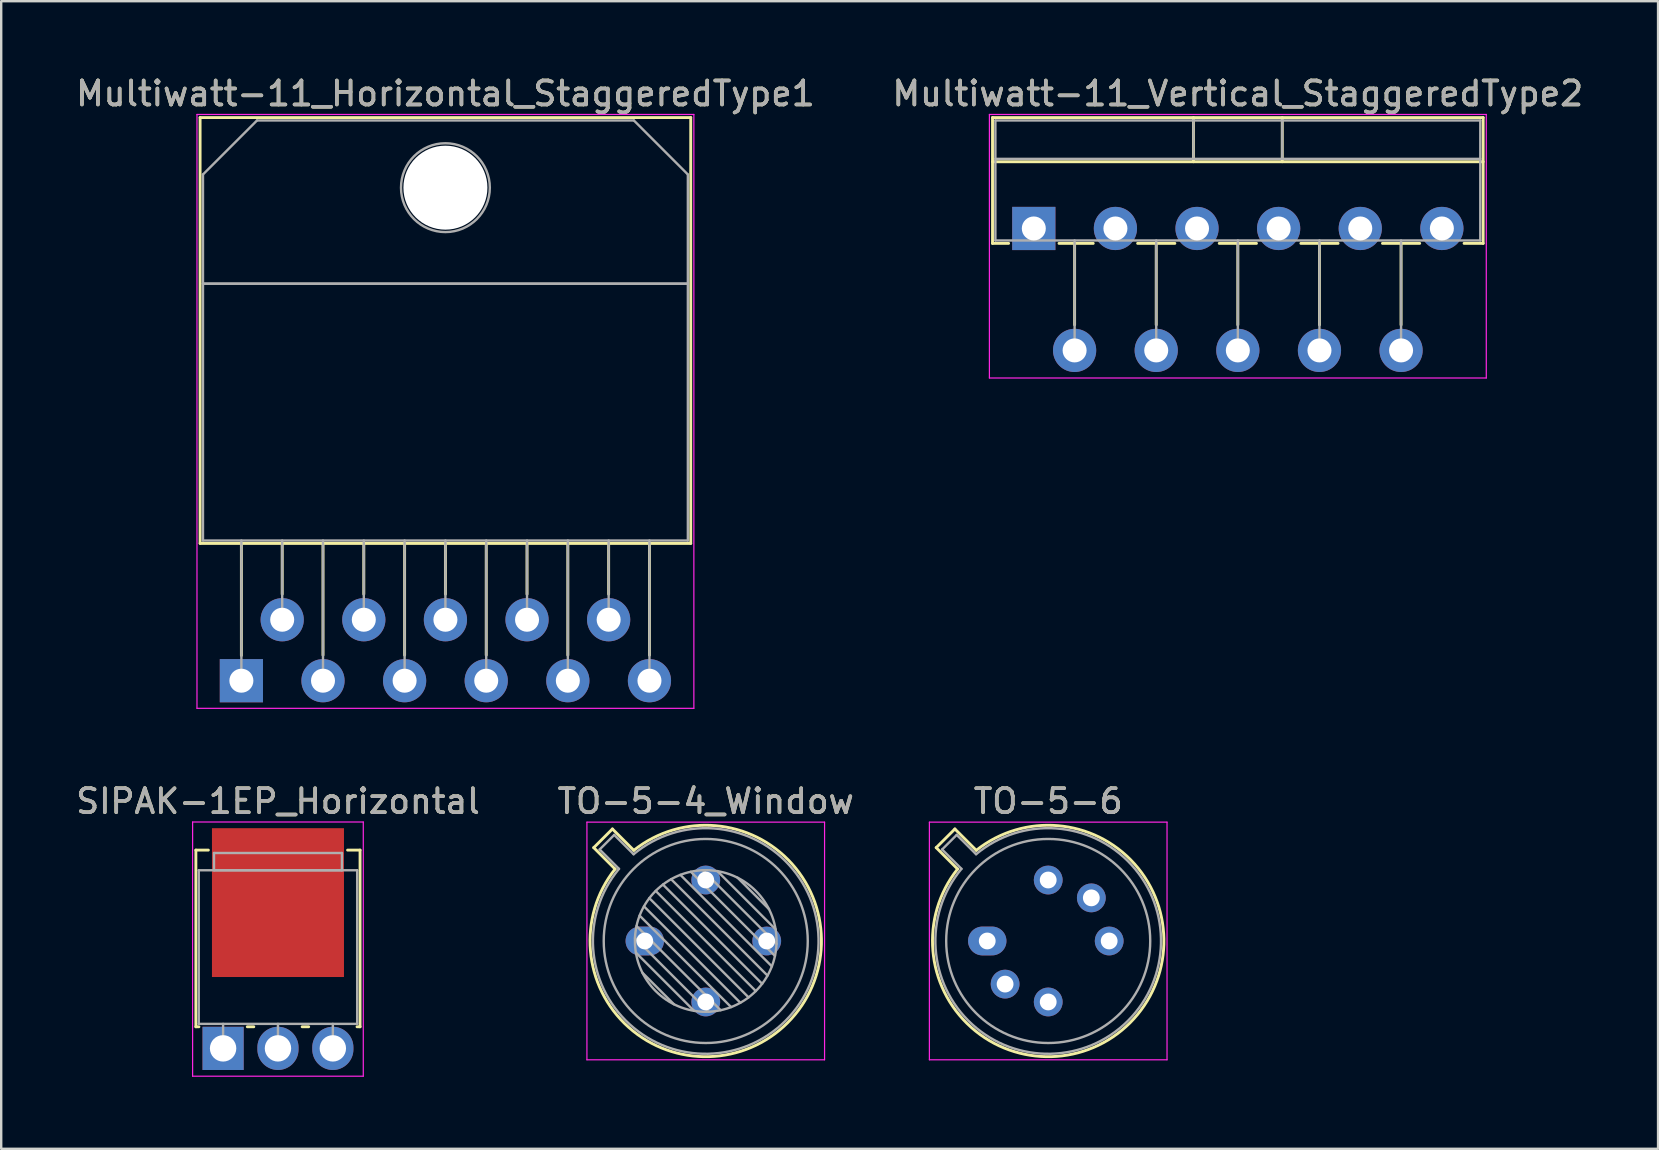
<source format=kicad_pcb>
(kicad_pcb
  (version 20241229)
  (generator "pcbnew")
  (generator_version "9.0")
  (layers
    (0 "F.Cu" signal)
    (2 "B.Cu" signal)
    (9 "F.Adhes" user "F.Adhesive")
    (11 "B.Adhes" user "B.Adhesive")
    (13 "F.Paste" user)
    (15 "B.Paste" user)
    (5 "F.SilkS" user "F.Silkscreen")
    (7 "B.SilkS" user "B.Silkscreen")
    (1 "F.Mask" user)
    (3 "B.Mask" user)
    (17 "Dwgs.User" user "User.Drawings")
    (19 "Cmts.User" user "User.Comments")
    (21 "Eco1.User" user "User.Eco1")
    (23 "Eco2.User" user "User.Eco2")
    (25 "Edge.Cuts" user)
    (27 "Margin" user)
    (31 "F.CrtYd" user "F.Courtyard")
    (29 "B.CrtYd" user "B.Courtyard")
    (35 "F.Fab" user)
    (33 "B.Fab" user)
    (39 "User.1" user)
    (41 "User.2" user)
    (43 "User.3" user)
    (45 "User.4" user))
  (footprint "TO-5-6"
    (layer "F.Cu")
    (at 38.078 36.151)
    (property "Reference" "TO-5-6" (at 2.54 -5.82 0) (layer "F.SilkS") (effects (font (size 1 1) (thickness 0.15))))
    (attr through_hole)
    (fp_line (start -2.126 -3.888) (end -1.235 -2.997) (stroke (width 0.12) (type solid)) (layer "F.SilkS"))
    (fp_line (start -1.348 -4.666) (end -2.126 -3.888) (stroke (width 0.12) (type solid)) (layer "F.SilkS"))
    (fp_line (start -0.457 -3.775) (end -1.348 -4.666) (stroke (width 0.12) (type solid)) (layer "F.SilkS"))
    (fp_arc (start -0.457084 -3.774902) (mid 5.948125 3.408384) (end -1.234674 -2.997371) (stroke (width 0.12) (type solid)) (layer "F.SilkS"))
    (fp_line (start -2.41 -4.95) (end -2.41 4.95) (stroke (width 0.05) (type solid)) (layer "F.CrtYd"))
    (fp_line (start -2.41 4.95) (end 7.49 4.95) (stroke (width 0.05) (type solid)) (layer "F.CrtYd"))
    (fp_line (start 7.49 -4.95) (end -2.41 -4.95) (stroke (width 0.05) (type solid)) (layer "F.CrtYd"))
    (fp_line (start 7.49 4.95) (end 7.49 -4.95) (stroke (width 0.05) (type solid)) (layer "F.CrtYd"))
    (fp_line (start -1.88 -3.812) (end -1.074 -3.005) (stroke (width 0.1) (type solid)) (layer "F.Fab"))
    (fp_line (start -1.272 -4.42) (end -1.88 -3.812) (stroke (width 0.1) (type solid)) (layer "F.Fab"))
    (fp_line (start -0.465 -3.614) (end -1.272 -4.42) (stroke (width 0.1) (type solid)) (layer "F.Fab"))
    (fp_arc (start -0.465408 -3.61352) (mid 5.863443 3.323361) (end -1.073594 -3.005319) (stroke (width 0.1) (type solid)) (layer "F.Fab"))
    (fp_circle (center 2.54 0) (end 6.79 0) (stroke (width 0.1) (type solid)) (fill no) (layer "F.Fab"))
    (fp_text user "${REFERENCE}" (at 2.54 -5.82 0) (layer "F.Fab") (effects (font (size 1 1) (thickness 0.15))))
    (pad "1" thru_hole oval (at 0 0) (size 1.6 1.2) (drill 0.7) (layers "*.Cu" "*.Mask"))
    (pad "2" thru_hole oval (at 0.744 1.796) (size 1.2 1.2) (drill 0.7) (layers "*.Cu" "*.Mask"))
    (pad "3" thru_hole oval (at 2.54 2.54) (size 1.2 1.2) (drill 0.7) (layers "*.Cu" "*.Mask"))
    (pad "4" thru_hole oval (at 5.08 0) (size 1.2 1.2) (drill 0.7) (layers "*.Cu" "*.Mask"))
    (pad "5" thru_hole oval (at 4.336 -1.796) (size 1.2 1.2) (drill 0.7) (layers "*.Cu" "*.Mask"))
    (pad "6" thru_hole oval (at 2.54 -2.54) (size 1.2 1.2) (drill 0.7) (layers "*.Cu" "*.Mask")))
  (footprint "Multiwatt-11_Horizontal_StaggeredType1"
    (layer "F.Cu")
    (at 7.006 25.308)
    (property "Reference" "Multiwatt-11_Horizontal_StaggeredType1" (at 8.5 -24.46 0) (layer "F.SilkS") (effects (font (size 1 1) (thickness 0.15))))
    (attr through_hole)
    (fp_line (start -1.72 -23.46) (end -1.72 -5.72) (stroke (width 0.12) (type solid)) (layer "F.SilkS"))
    (fp_line (start -1.72 -23.46) (end 18.72 -23.46) (stroke (width 0.12) (type solid)) (layer "F.SilkS"))
    (fp_line (start -1.72 -5.72) (end 18.72 -5.72) (stroke (width 0.12) (type solid)) (layer "F.SilkS"))
    (fp_line (start 0 -5.72) (end 0 -1.05) (stroke (width 0.12) (type solid)) (layer "F.SilkS"))
    (fp_line (start 1.7 -5.72) (end 1.7 -3.606) (stroke (width 0.12) (type solid)) (layer "F.SilkS"))
    (fp_line (start 3.4 -5.72) (end 3.4 -1.065) (stroke (width 0.12) (type solid)) (layer "F.SilkS"))
    (fp_line (start 5.1 -5.72) (end 5.1 -3.606) (stroke (width 0.12) (type solid)) (layer "F.SilkS"))
    (fp_line (start 6.8 -5.72) (end 6.8 -1.065) (stroke (width 0.12) (type solid)) (layer "F.SilkS"))
    (fp_line (start 8.5 -5.72) (end 8.5 -3.606) (stroke (width 0.12) (type solid)) (layer "F.SilkS"))
    (fp_line (start 10.2 -5.72) (end 10.2 -1.065) (stroke (width 0.12) (type solid)) (layer "F.SilkS"))
    (fp_line (start 11.9 -5.72) (end 11.9 -3.606) (stroke (width 0.12) (type solid)) (layer "F.SilkS"))
    (fp_line (start 13.6 -5.72) (end 13.6 -1.065) (stroke (width 0.12) (type solid)) (layer "F.SilkS"))
    (fp_line (start 15.3 -5.72) (end 15.3 -3.606) (stroke (width 0.12) (type solid)) (layer "F.SilkS"))
    (fp_line (start 17 -5.72) (end 17 -1.065) (stroke (width 0.12) (type solid)) (layer "F.SilkS"))
    (fp_line (start 18.72 -23.46) (end 18.72 -5.72) (stroke (width 0.12) (type solid)) (layer "F.SilkS"))
    (fp_line (start -1.85 -23.59) (end -1.85 1.15) (stroke (width 0.05) (type solid)) (layer "F.CrtYd"))
    (fp_line (start -1.85 1.15) (end 18.85 1.15) (stroke (width 0.05) (type solid)) (layer "F.CrtYd"))
    (fp_line (start 18.85 -23.59) (end -1.85 -23.59) (stroke (width 0.05) (type solid)) (layer "F.CrtYd"))
    (fp_line (start 18.85 1.15) (end 18.85 -23.59) (stroke (width 0.05) (type solid)) (layer "F.CrtYd"))
    (fp_line (start -1.6 -21.09) (end 0.651 -23.34) (stroke (width 0.1) (type solid)) (layer "F.Fab"))
    (fp_line (start -1.6 -16.54) (end -1.6 -21.09) (stroke (width 0.1) (type solid)) (layer "F.Fab"))
    (fp_line (start -1.6 -16.54) (end 18.6 -16.54) (stroke (width 0.1) (type solid)) (layer "F.Fab"))
    (fp_line (start -1.6 -5.84) (end -1.6 -16.54) (stroke (width 0.1) (type solid)) (layer "F.Fab"))
    (fp_line (start 0 -5.84) (end 0 0) (stroke (width 0.1) (type solid)) (layer "F.Fab"))
    (fp_line (start 0.651 -23.34) (end 16.351 -23.34) (stroke (width 0.1) (type solid)) (layer "F.Fab"))
    (fp_line (start 1.7 -5.84) (end 1.7 -2.54) (stroke (width 0.1) (type solid)) (layer "F.Fab"))
    (fp_line (start 3.4 -5.84) (end 3.4 0) (stroke (width 0.1) (type solid)) (layer "F.Fab"))
    (fp_line (start 5.1 -5.84) (end 5.1 -2.54) (stroke (width 0.1) (type solid)) (layer "F.Fab"))
    (fp_line (start 6.8 -5.84) (end 6.8 0) (stroke (width 0.1) (type solid)) (layer "F.Fab"))
    (fp_line (start 8.5 -5.84) (end 8.5 -2.54) (stroke (width 0.1) (type solid)) (layer "F.Fab"))
    (fp_line (start 10.2 -5.84) (end 10.2 0) (stroke (width 0.1) (type solid)) (layer "F.Fab"))
    (fp_line (start 11.9 -5.84) (end 11.9 -2.54) (stroke (width 0.1) (type solid)) (layer "F.Fab"))
    (fp_line (start 13.6 -5.84) (end 13.6 0) (stroke (width 0.1) (type solid)) (layer "F.Fab"))
    (fp_line (start 15.3 -5.84) (end 15.3 -2.54) (stroke (width 0.1) (type solid)) (layer "F.Fab"))
    (fp_line (start 16.351 -23.34) (end 18.6 -21.09) (stroke (width 0.1) (type solid)) (layer "F.Fab"))
    (fp_line (start 17 -5.84) (end 17 0) (stroke (width 0.1) (type solid)) (layer "F.Fab"))
    (fp_line (start 18.6 -21.09) (end 18.6 -16.54) (stroke (width 0.1) (type solid)) (layer "F.Fab"))
    (fp_line (start 18.6 -16.54) (end -1.6 -16.54) (stroke (width 0.1) (type solid)) (layer "F.Fab"))
    (fp_line (start 18.6 -16.54) (end 18.6 -5.84) (stroke (width 0.1) (type solid)) (layer "F.Fab"))
    (fp_line (start 18.6 -5.84) (end -1.6 -5.84) (stroke (width 0.1) (type solid)) (layer "F.Fab"))
    (fp_circle (center 8.5 -20.54) (end 10.35 -20.54) (stroke (width 0.1) (type solid)) (fill no) (layer "F.Fab"))
    (fp_text user "${REFERENCE}" (at 8.5 -24.46 0) (layer "F.Fab") (effects (font (size 1 1) (thickness 0.15))))
    (pad "" np_thru_hole oval (at 8.5 -20.54) (size 3.5 3.5) (drill 3.5) (layers "*.Cu" "*.Mask"))
    (pad "1" thru_hole rect (at 0 0) (size 1.8 1.8) (drill 1) (layers "*.Cu" "*.Mask"))
    (pad "2" thru_hole oval (at 1.7 -2.54) (size 1.8 1.8) (drill 1) (layers "*.Cu" "*.Mask"))
    (pad "3" thru_hole oval (at 3.4 0) (size 1.8 1.8) (drill 1) (layers "*.Cu" "*.Mask"))
    (pad "4" thru_hole oval (at 5.1 -2.54) (size 1.8 1.8) (drill 1) (layers "*.Cu" "*.Mask"))
    (pad "5" thru_hole oval (at 6.8 0) (size 1.8 1.8) (drill 1) (layers "*.Cu" "*.Mask"))
    (pad "6" thru_hole oval (at 8.5 -2.54) (size 1.8 1.8) (drill 1) (layers "*.Cu" "*.Mask"))
    (pad "7" thru_hole oval (at 10.2 0) (size 1.8 1.8) (drill 1) (layers "*.Cu" "*.Mask"))
    (pad "8" thru_hole oval (at 11.9 -2.54) (size 1.8 1.8) (drill 1) (layers "*.Cu" "*.Mask"))
    (pad "9" thru_hole oval (at 13.6 0) (size 1.8 1.8) (drill 1) (layers "*.Cu" "*.Mask"))
    (pad "10" thru_hole oval (at 15.3 -2.54) (size 1.8 1.8) (drill 1) (layers "*.Cu" "*.Mask"))
    (pad "11" thru_hole oval (at 17 0) (size 1.8 1.8) (drill 1) (layers "*.Cu" "*.Mask")))
  (footprint "TO-5-4_Window"
    (layer "F.Cu")
    (at 23.811 36.151)
    (property "Reference" "TO-5-4_Window" (at 2.54 -5.82 0) (layer "F.SilkS") (effects (font (size 1 1) (thickness 0.15))))
    (attr through_hole)
    (fp_line (start -2.126 -3.888) (end -1.235 -2.997) (stroke (width 0.12) (type solid)) (layer "F.SilkS"))
    (fp_line (start -1.348 -4.666) (end -2.126 -3.888) (stroke (width 0.12) (type solid)) (layer "F.SilkS"))
    (fp_line (start -0.457 -3.775) (end -1.348 -4.666) (stroke (width 0.12) (type solid)) (layer "F.SilkS"))
    (fp_arc (start -0.457084 -3.774902) (mid 5.948125 3.408384) (end -1.234674 -2.997371) (stroke (width 0.12) (type solid)) (layer "F.SilkS"))
    (fp_line (start -2.41 -4.95) (end -2.41 4.95) (stroke (width 0.05) (type solid)) (layer "F.CrtYd"))
    (fp_line (start -2.41 4.95) (end 7.49 4.95) (stroke (width 0.05) (type solid)) (layer "F.CrtYd"))
    (fp_line (start 7.49 -4.95) (end -2.41 -4.95) (stroke (width 0.05) (type solid)) (layer "F.CrtYd"))
    (fp_line (start 7.49 4.95) (end 7.49 -4.95) (stroke (width 0.05) (type solid)) (layer "F.CrtYd"))
    (fp_line (start -1.88 -3.812) (end -1.074 -3.005) (stroke (width 0.1) (type solid)) (layer "F.Fab"))
    (fp_line (start -1.272 -4.42) (end -1.88 -3.812) (stroke (width 0.1) (type solid)) (layer "F.Fab"))
    (fp_line (start -0.465 -3.614) (end -1.272 -4.42) (stroke (width 0.1) (type solid)) (layer "F.Fab"))
    (fp_line (start -0.408 -0.12) (end 2.66 2.948) (stroke (width 0.1) (type solid)) (layer "F.Fab"))
    (fp_line (start -0.371 0.485) (end 2.055 2.911) (stroke (width 0.1) (type solid)) (layer "F.Fab"))
    (fp_line (start -0.344 -0.622) (end 3.162 2.884) (stroke (width 0.1) (type solid)) (layer "F.Fab"))
    (fp_line (start -0.215 -1.058) (end 3.598 2.755) (stroke (width 0.1) (type solid)) (layer "F.Fab"))
    (fp_line (start -0.097 1.324) (end 1.216 2.637) (stroke (width 0.1) (type solid)) (layer "F.Fab"))
    (fp_line (start -0.034 -1.443) (end 3.983 2.574) (stroke (width 0.1) (type solid)) (layer "F.Fab"))
    (fp_line (start 0.19 -1.784) (end 4.324 2.35) (stroke (width 0.1) (type solid)) (layer "F.Fab"))
    (fp_line (start 0.454 -2.086) (end 4.626 2.086) (stroke (width 0.1) (type solid)) (layer "F.Fab"))
    (fp_line (start 0.756 -2.35) (end 4.89 1.784) (stroke (width 0.1) (type solid)) (layer "F.Fab"))
    (fp_line (start 1.097 -2.574) (end 5.114 1.443) (stroke (width 0.1) (type solid)) (layer "F.Fab"))
    (fp_line (start 1.482 -2.755) (end 5.295 1.058) (stroke (width 0.1) (type solid)) (layer "F.Fab"))
    (fp_line (start 1.918 -2.884) (end 5.424 0.622) (stroke (width 0.1) (type solid)) (layer "F.Fab"))
    (fp_line (start 2.42 -2.948) (end 5.488 0.12) (stroke (width 0.1) (type solid)) (layer "F.Fab"))
    (fp_line (start 3.025 -2.911) (end 5.451 -0.485) (stroke (width 0.1) (type solid)) (layer "F.Fab"))
    (fp_line (start 3.864 -2.637) (end 5.177 -1.324) (stroke (width 0.1) (type solid)) (layer "F.Fab"))
    (fp_arc (start -0.465408 -3.61352) (mid 5.863443 3.323361) (end -1.073594 -3.005319) (stroke (width 0.1) (type solid)) (layer "F.Fab"))
    (fp_circle (center 2.54 0) (end 5.49 0) (stroke (width 0.1) (type solid)) (fill no) (layer "F.Fab"))
    (fp_circle (center 2.54 0) (end 6.79 0) (stroke (width 0.1) (type solid)) (fill no) (layer "F.Fab"))
    (fp_text user "${REFERENCE}" (at 2.54 -5.82 0) (layer "F.Fab") (effects (font (size 1 1) (thickness 0.15))))
    (pad "1" thru_hole oval (at 0 0) (size 1.6 1.2) (drill 0.7) (layers "*.Cu" "*.Mask"))
    (pad "2" thru_hole oval (at 2.54 2.54) (size 1.2 1.2) (drill 0.7) (layers "*.Cu" "*.Mask"))
    (pad "3" thru_hole oval (at 5.08 0) (size 1.2 1.2) (drill 0.7) (layers "*.Cu" "*.Mask"))
    (pad "4" thru_hole oval (at 2.54 -2.54) (size 1.2 1.2) (drill 0.7) (layers "*.Cu" "*.Mask")))
  (footprint "Multiwatt-11_Vertical_StaggeredType2"
    (layer "F.Cu")
    (at 40.018 6.468)
    (property "Reference" "Multiwatt-11_Vertical_StaggeredType2" (at 8.5 -5.62 0) (layer "F.SilkS") (effects (font (size 1 1) (thickness 0.15))))
    (attr through_hole)
    (fp_line (start -1.72 -4.62) (end -1.72 0.621) (stroke (width 0.12) (type solid)) (layer "F.SilkS"))
    (fp_line (start -1.72 -4.62) (end 18.72 -4.62) (stroke (width 0.12) (type solid)) (layer "F.SilkS"))
    (fp_line (start -1.72 -2.78) (end 18.72 -2.78) (stroke (width 0.12) (type solid)) (layer "F.SilkS"))
    (fp_line (start -1.72 0.621) (end -1.05 0.621) (stroke (width 0.12) (type solid)) (layer "F.SilkS"))
    (fp_line (start 1.05 0.621) (end 2.476 0.621) (stroke (width 0.12) (type solid)) (layer "F.SilkS"))
    (fp_line (start 1.7 0.621) (end 1.7 4.015) (stroke (width 0.12) (type solid)) (layer "F.SilkS"))
    (fp_line (start 4.325 0.621) (end 5.876 0.621) (stroke (width 0.12) (type solid)) (layer "F.SilkS"))
    (fp_line (start 5.1 0.621) (end 5.1 4.015) (stroke (width 0.12) (type solid)) (layer "F.SilkS"))
    (fp_line (start 6.65 -4.62) (end 6.65 -2.78) (stroke (width 0.12) (type solid)) (layer "F.SilkS"))
    (fp_line (start 7.725 0.621) (end 9.276 0.621) (stroke (width 0.12) (type solid)) (layer "F.SilkS"))
    (fp_line (start 8.5 0.621) (end 8.5 4.015) (stroke (width 0.12) (type solid)) (layer "F.SilkS"))
    (fp_line (start 10.35 -4.62) (end 10.35 -2.78) (stroke (width 0.12) (type solid)) (layer "F.SilkS"))
    (fp_line (start 11.125 0.621) (end 12.676 0.621) (stroke (width 0.12) (type solid)) (layer "F.SilkS"))
    (fp_line (start 11.9 0.621) (end 11.9 4.015) (stroke (width 0.12) (type solid)) (layer "F.SilkS"))
    (fp_line (start 14.525 0.621) (end 16.076 0.621) (stroke (width 0.12) (type solid)) (layer "F.SilkS"))
    (fp_line (start 15.3 0.621) (end 15.3 4.015) (stroke (width 0.12) (type solid)) (layer "F.SilkS"))
    (fp_line (start 17.925 0.621) (end 18.72 0.621) (stroke (width 0.12) (type solid)) (layer "F.SilkS"))
    (fp_line (start 18.72 -4.62) (end 18.72 0.621) (stroke (width 0.12) (type solid)) (layer "F.SilkS"))
    (fp_line (start -1.85 -4.75) (end -1.85 6.23) (stroke (width 0.05) (type solid)) (layer "F.CrtYd"))
    (fp_line (start -1.85 6.23) (end 18.85 6.23) (stroke (width 0.05) (type solid)) (layer "F.CrtYd"))
    (fp_line (start 18.85 -4.75) (end -1.85 -4.75) (stroke (width 0.05) (type solid)) (layer "F.CrtYd"))
    (fp_line (start 18.85 6.23) (end 18.85 -4.75) (stroke (width 0.05) (type solid)) (layer "F.CrtYd"))
    (fp_line (start -1.6 -4.5) (end -1.6 0.5) (stroke (width 0.1) (type solid)) (layer "F.Fab"))
    (fp_line (start -1.6 -2.9) (end 18.6 -2.9) (stroke (width 0.1) (type solid)) (layer "F.Fab"))
    (fp_line (start -1.6 0.5) (end 18.6 0.5) (stroke (width 0.1) (type solid)) (layer "F.Fab"))
    (fp_line (start 1.7 0.5) (end 1.7 5.08) (stroke (width 0.1) (type solid)) (layer "F.Fab"))
    (fp_line (start 5.1 0.5) (end 5.1 5.08) (stroke (width 0.1) (type solid)) (layer "F.Fab"))
    (fp_line (start 6.65 -4.5) (end 6.65 -2.9) (stroke (width 0.1) (type solid)) (layer "F.Fab"))
    (fp_line (start 8.5 0.5) (end 8.5 5.08) (stroke (width 0.1) (type solid)) (layer "F.Fab"))
    (fp_line (start 10.35 -4.5) (end 10.35 -2.9) (stroke (width 0.1) (type solid)) (layer "F.Fab"))
    (fp_line (start 11.9 0.5) (end 11.9 5.08) (stroke (width 0.1) (type solid)) (layer "F.Fab"))
    (fp_line (start 15.3 0.5) (end 15.3 5.08) (stroke (width 0.1) (type solid)) (layer "F.Fab"))
    (fp_line (start 18.6 -4.5) (end -1.6 -4.5) (stroke (width 0.1) (type solid)) (layer "F.Fab"))
    (fp_line (start 18.6 0.5) (end 18.6 -4.5) (stroke (width 0.1) (type solid)) (layer "F.Fab"))
    (fp_text user "${REFERENCE}" (at 8.5 -5.62 0) (layer "F.Fab") (effects (font (size 1 1) (thickness 0.15))))
    (pad "1" thru_hole rect (at 0 0) (size 1.8 1.8) (drill 1) (layers "*.Cu" "*.Mask"))
    (pad "2" thru_hole oval (at 1.7 5.08) (size 1.8 1.8) (drill 1) (layers "*.Cu" "*.Mask"))
    (pad "3" thru_hole oval (at 3.4 0) (size 1.8 1.8) (drill 1) (layers "*.Cu" "*.Mask"))
    (pad "4" thru_hole oval (at 5.1 5.08) (size 1.8 1.8) (drill 1) (layers "*.Cu" "*.Mask"))
    (pad "5" thru_hole oval (at 6.8 0) (size 1.8 1.8) (drill 1) (layers "*.Cu" "*.Mask"))
    (pad "6" thru_hole oval (at 8.5 5.08) (size 1.8 1.8) (drill 1) (layers "*.Cu" "*.Mask"))
    (pad "7" thru_hole oval (at 10.2 0) (size 1.8 1.8) (drill 1) (layers "*.Cu" "*.Mask"))
    (pad "8" thru_hole oval (at 11.9 5.08) (size 1.8 1.8) (drill 1) (layers "*.Cu" "*.Mask"))
    (pad "9" thru_hole oval (at 13.6 0) (size 1.8 1.8) (drill 1) (layers "*.Cu" "*.Mask"))
    (pad "10" thru_hole oval (at 15.3 5.08) (size 1.8 1.8) (drill 1) (layers "*.Cu" "*.Mask"))
    (pad "11" thru_hole oval (at 17 0) (size 1.8 1.8) (drill 1) (layers "*.Cu" "*.Mask")))
  (footprint "SIPAK-1EP_Horizontal"
    (layer "F.Cu")
    (at 6.244 40.625)
    (property "Reference" "SIPAK-1EP_Horizontal" (at 2.286 -10.293 0) (layer "F.SilkS") (effects (font (size 1 1) (thickness 0.15))))
    (attr through_hole)
    (fp_line (start -1.134 -8.26) (end -1.134 -0.9) (stroke (width 0.12) (type solid)) (layer "F.SilkS"))
    (fp_line (start -1.134 -8.26) (end -0.614 -8.26) (stroke (width 0.12) (type solid)) (layer "F.SilkS"))
    (fp_line (start -1.134 -0.9) (end -1.008 -0.9) (stroke (width 0.12) (type solid)) (layer "F.SilkS"))
    (fp_line (start 1.008 -0.9) (end 1.279 -0.9) (stroke (width 0.12) (type solid)) (layer "F.SilkS"))
    (fp_line (start 3.294 -0.9) (end 3.565 -0.9) (stroke (width 0.12) (type solid)) (layer "F.SilkS"))
    (fp_line (start 5.186 -8.26) (end 5.706 -8.26) (stroke (width 0.12) (type solid)) (layer "F.SilkS"))
    (fp_line (start 5.58 -0.9) (end 5.706 -0.9) (stroke (width 0.12) (type solid)) (layer "F.SilkS"))
    (fp_line (start 5.706 -8.26) (end 5.706 -0.9) (stroke (width 0.12) (type solid)) (layer "F.SilkS"))
    (fp_line (start -1.27 -9.43) (end -1.27 1.16) (stroke (width 0.05) (type solid)) (layer "F.CrtYd"))
    (fp_line (start -1.27 1.16) (end 5.84 1.16) (stroke (width 0.05) (type solid)) (layer "F.CrtYd"))
    (fp_line (start 5.84 -9.43) (end -1.27 -9.43) (stroke (width 0.05) (type solid)) (layer "F.CrtYd"))
    (fp_line (start 5.84 1.16) (end 5.84 -9.43) (stroke (width 0.05) (type solid)) (layer "F.CrtYd"))
    (fp_line (start -1.014 -7.42) (end 5.586 -7.42) (stroke (width 0.1) (type solid)) (layer "F.Fab"))
    (fp_line (start -1.014 -1.02) (end -1.014 -7.42) (stroke (width 0.1) (type solid)) (layer "F.Fab"))
    (fp_line (start -0.379 -8.14) (end 4.951 -8.14) (stroke (width 0.1) (type solid)) (layer "F.Fab"))
    (fp_line (start -0.379 -7.42) (end -0.379 -8.14) (stroke (width 0.1) (type solid)) (layer "F.Fab"))
    (fp_line (start 0 -1.02) (end 0 0) (stroke (width 0.1) (type solid)) (layer "F.Fab"))
    (fp_line (start 2.286 -1.02) (end 2.286 0) (stroke (width 0.1) (type solid)) (layer "F.Fab"))
    (fp_line (start 4.572 -1.02) (end 4.572 0) (stroke (width 0.1) (type solid)) (layer "F.Fab"))
    (fp_line (start 4.951 -8.14) (end 4.951 -7.42) (stroke (width 0.1) (type solid)) (layer "F.Fab"))
    (fp_line (start 4.951 -7.42) (end -0.379 -7.42) (stroke (width 0.1) (type solid)) (layer "F.Fab"))
    (fp_line (start 5.586 -7.42) (end 5.586 -1.02) (stroke (width 0.1) (type solid)) (layer "F.Fab"))
    (fp_line (start 5.586 -1.02) (end -1.014 -1.02) (stroke (width 0.1) (type solid)) (layer "F.Fab"))
    (fp_text user "${REFERENCE}" (at 2.286 -10.293 0) (layer "F.Fab") (effects (font (size 1 1) (thickness 0.15))))
    (pad "1" thru_hole rect (at 0 0) (size 1.714 1.8) (drill 1.1) (layers "*.Cu" "*.Mask"))
    (pad "2" thru_hole oval (at 2.286 0) (size 1.714 1.8) (drill 1.1) (layers "*.Cu" "*.Mask"))
    (pad "3" thru_hole oval (at 4.572 0) (size 1.714 1.8) (drill 1.1) (layers "*.Cu" "*.Mask"))
    (pad "4" smd rect (at 2.286 -6.073) (size 5.5 6.2) (layers "F.Cu" "F.Mask")))
  (gr_rect
    (start -3 -3)
    (end 66.024 44.81)
    (stroke (width 0.1) (type default))
    (fill no)
    (layer "Edge.Cuts")))
</source>
